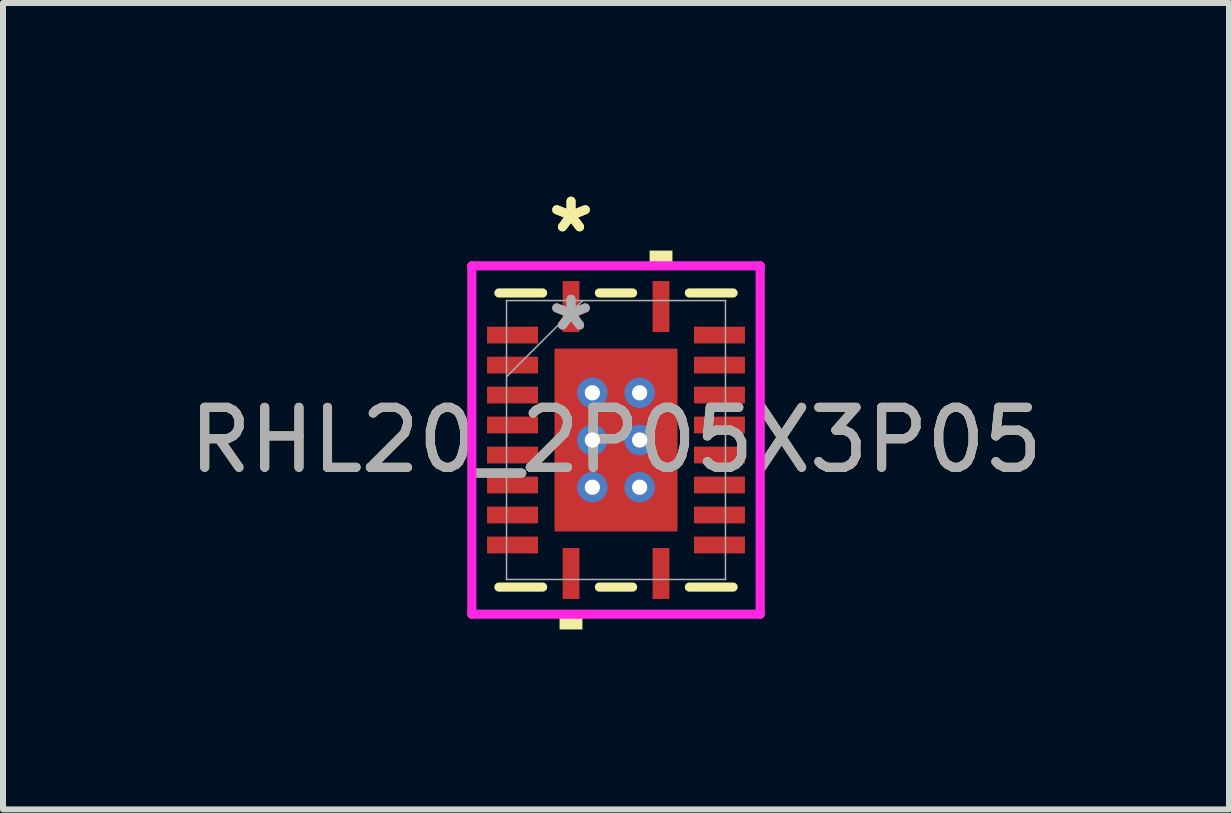
<source format=kicad_pcb>
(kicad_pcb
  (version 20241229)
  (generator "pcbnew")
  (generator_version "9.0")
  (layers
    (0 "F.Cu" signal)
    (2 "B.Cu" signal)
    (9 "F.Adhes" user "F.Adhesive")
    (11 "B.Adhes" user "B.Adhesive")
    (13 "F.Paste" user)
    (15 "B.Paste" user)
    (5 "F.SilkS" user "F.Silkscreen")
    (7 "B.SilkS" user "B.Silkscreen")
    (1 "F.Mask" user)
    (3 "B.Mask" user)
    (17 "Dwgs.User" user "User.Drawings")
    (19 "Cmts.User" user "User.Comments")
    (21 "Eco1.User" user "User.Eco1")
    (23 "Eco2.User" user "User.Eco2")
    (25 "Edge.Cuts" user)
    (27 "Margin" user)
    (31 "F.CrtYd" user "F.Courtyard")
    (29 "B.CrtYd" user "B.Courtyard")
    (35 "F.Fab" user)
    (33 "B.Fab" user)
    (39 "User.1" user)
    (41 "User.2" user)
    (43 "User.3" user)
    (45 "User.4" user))
  (footprint "RHL20_2P05X3P05"
    (layer "F.Cu")
    (at 7.22 4.286)
    (property "Reference" "RHL20_2P05X3P05" (at 0 0 0) (unlocked yes) (layer "F.SilkS") (effects (font (size 1 1) (thickness 0.15))))
    (attr smd)
    (fp_poly (pts (xy -2.22 -1.96) (xy -2.22 -1.54) (xy -1.23 -1.54) (xy -1.23 -1.96)) (stroke (width 0) (type solid)) (fill yes) (layer "F.Mask"))
    (fp_poly (pts (xy -2.22 -1.46) (xy -2.22 -1.04) (xy -1.23 -1.04) (xy -1.23 -1.46)) (stroke (width 0) (type solid)) (fill yes) (layer "F.Mask"))
    (fp_poly (pts (xy -2.22 -0.96) (xy -2.22 -0.54) (xy -1.23 -0.54) (xy -1.23 -0.96)) (stroke (width 0) (type solid)) (fill yes) (layer "F.Mask"))
    (fp_poly (pts (xy -2.22 -0.46) (xy -2.22 -0.04) (xy -1.23 -0.04) (xy -1.23 -0.46)) (stroke (width 0) (type solid)) (fill yes) (layer "F.Mask"))
    (fp_poly (pts (xy -2.22 0.04) (xy -2.22 0.46) (xy -1.23 0.46) (xy -1.23 0.04)) (stroke (width 0) (type solid)) (fill yes) (layer "F.Mask"))
    (fp_poly (pts (xy -2.22 0.54) (xy -2.22 0.96) (xy -1.23 0.96) (xy -1.23 0.54)) (stroke (width 0) (type solid)) (fill yes) (layer "F.Mask"))
    (fp_poly (pts (xy -2.22 1.04) (xy -2.22 1.46) (xy -1.23 1.46) (xy -1.23 1.04)) (stroke (width 0) (type solid)) (fill yes) (layer "F.Mask"))
    (fp_poly (pts (xy -2.22 1.54) (xy -2.22 1.96) (xy -1.23 1.96) (xy -1.23 1.54)) (stroke (width 0) (type solid)) (fill yes) (layer "F.Mask"))
    (fp_poly (pts (xy -1.089 -1.588) (xy -0.594 -1.588) (xy -0.594 1.588) (xy -1.089 1.588)) (stroke (width 0) (type solid)) (fill yes) (layer "F.Mask"))
    (fp_poly (pts (xy -1.089 -1.588) (xy 1.089 -1.588) (xy 1.089 -0.987) (xy -1.089 -0.987)) (stroke (width 0) (type solid)) (fill yes) (layer "F.Mask"))
    (fp_poly (pts (xy -1.089 -0.587) (xy 1.089 -0.587) (xy 1.089 -0.2) (xy -1.089 -0.2)) (stroke (width 0) (type solid)) (fill yes) (layer "F.Mask"))
    (fp_poly (pts (xy -1.089 0.2) (xy 1.089 0.2) (xy 1.089 0.587) (xy -1.089 0.587)) (stroke (width 0) (type solid)) (fill yes) (layer "F.Mask"))
    (fp_poly (pts (xy -1.089 0.987) (xy 1.089 0.987) (xy 1.089 1.588) (xy -1.089 1.588)) (stroke (width 0) (type solid)) (fill yes) (layer "F.Mask"))
    (fp_poly (pts (xy -0.96 -2.72) (xy -0.96 -1.73) (xy -0.54 -1.73) (xy -0.54 -2.72)) (stroke (width 0) (type solid)) (fill yes) (layer "F.Mask"))
    (fp_poly (pts (xy -0.96 1.73) (xy -0.96 2.72) (xy -0.54 2.72) (xy -0.54 1.73)) (stroke (width 0) (type solid)) (fill yes) (layer "F.Mask"))
    (fp_poly (pts (xy 0.194 -1.588) (xy -0.194 -1.588) (xy -0.194 1.588) (xy 0.194 1.588)) (stroke (width 0) (type solid)) (fill yes) (layer "F.Mask"))
    (fp_poly (pts (xy 0.54 -2.72) (xy 0.54 -1.73) (xy 0.96 -1.73) (xy 0.96 -2.72)) (stroke (width 0) (type solid)) (fill yes) (layer "F.Mask"))
    (fp_poly (pts (xy 0.54 1.73) (xy 0.54 2.72) (xy 0.96 2.72) (xy 0.96 1.73)) (stroke (width 0) (type solid)) (fill yes) (layer "F.Mask"))
    (fp_poly (pts (xy 0.594 -1.588) (xy 1.089 -1.588) (xy 1.089 1.588) (xy 0.594 1.588)) (stroke (width 0) (type solid)) (fill yes) (layer "F.Mask"))
    (fp_poly (pts (xy 1.23 -1.96) (xy 1.23 -1.54) (xy 2.22 -1.54) (xy 2.22 -1.96)) (stroke (width 0) (type solid)) (fill yes) (layer "F.Mask"))
    (fp_poly (pts (xy 1.23 -1.46) (xy 1.23 -1.04) (xy 2.22 -1.04) (xy 2.22 -1.46)) (stroke (width 0) (type solid)) (fill yes) (layer "F.Mask"))
    (fp_poly (pts (xy 1.23 -0.96) (xy 1.23 -0.54) (xy 2.22 -0.54) (xy 2.22 -0.96)) (stroke (width 0) (type solid)) (fill yes) (layer "F.Mask"))
    (fp_poly (pts (xy 1.23 -0.46) (xy 1.23 -0.04) (xy 2.22 -0.04) (xy 2.22 -0.46)) (stroke (width 0) (type solid)) (fill yes) (layer "F.Mask"))
    (fp_poly (pts (xy 1.23 0.04) (xy 1.23 0.46) (xy 2.22 0.46) (xy 2.22 0.04)) (stroke (width 0) (type solid)) (fill yes) (layer "F.Mask"))
    (fp_poly (pts (xy 1.23 0.54) (xy 1.23 0.96) (xy 2.22 0.96) (xy 2.22 0.54)) (stroke (width 0) (type solid)) (fill yes) (layer "F.Mask"))
    (fp_poly (pts (xy 1.23 1.04) (xy 1.23 1.46) (xy 2.22 1.46) (xy 2.22 1.04)) (stroke (width 0) (type solid)) (fill yes) (layer "F.Mask"))
    (fp_poly (pts (xy 1.23 1.54) (xy 1.23 1.96) (xy 2.22 1.96) (xy 2.22 1.54)) (stroke (width 0) (type solid)) (fill yes) (layer "F.Mask"))
    (fp_poly (pts (xy 0.375 -1.525) (xy 0.375 -2.65) (xy 0.16 -2.65) (xy 0.16 -1.925) (xy -0.16 -1.925) (xy -0.16 -2.65) (xy -0.375 -2.65) (xy -0.375 -1.525)) (stroke (width 0) (type solid)) (fill yes) (layer "F.Mask"))
    (fp_poly (pts (xy 0.375 -1.525) (xy 0.375 -2.65) (xy 0.16 -2.65) (xy 0.16 -1.925) (xy -0.16 -1.925) (xy -0.16 -2.65) (xy -0.375 -2.65) (xy -0.375 -1.525)) (stroke (width 0) (type solid)) (fill yes) (layer "F.Mask"))
    (fp_poly (pts (xy 0.375 1.525) (xy 0.375 2.65) (xy 0.16 2.65) (xy 0.16 1.925) (xy -0.16 1.925) (xy -0.16 2.65) (xy -0.375 2.65) (xy -0.375 1.525)) (stroke (width 0) (type solid)) (fill yes) (layer "F.Mask"))
    (fp_poly (pts (xy 0.375 1.525) (xy 0.375 2.65) (xy 0.16 2.65) (xy 0.16 1.925) (xy -0.16 1.925) (xy -0.16 2.65) (xy -0.375 2.65) (xy -0.375 1.525)) (stroke (width 0) (type solid)) (fill yes) (layer "F.Mask"))
    (fp_line (start -1.952 2.452) (end -1.223 2.452) (stroke (width 0.152) (type solid)) (layer "F.SilkS"))
    (fp_line (start -1.223 -2.452) (end -1.952 -2.452) (stroke (width 0.152) (type solid)) (layer "F.SilkS"))
    (fp_line (start -0.277 2.452) (end 0.277 2.452) (stroke (width 0.152) (type solid)) (layer "F.SilkS"))
    (fp_line (start 0.277 -2.452) (end -0.277 -2.452) (stroke (width 0.152) (type solid)) (layer "F.SilkS"))
    (fp_line (start 1.223 2.452) (end 1.952 2.452) (stroke (width 0.152) (type solid)) (layer "F.SilkS"))
    (fp_line (start 1.952 -2.452) (end 1.223 -2.452) (stroke (width 0.152) (type solid)) (layer "F.SilkS"))
    (fp_poly (pts (xy -0.941 2.904) (xy -0.941 3.158) (xy -0.56 3.158) (xy -0.56 2.904)) (stroke (width 0) (type solid)) (fill yes) (layer "F.SilkS"))
    (fp_poly (pts (xy 0.56 -2.904) (xy 0.56 -3.158) (xy 0.941 -3.158) (xy 0.941 -2.904)) (stroke (width 0) (type solid)) (fill yes) (layer "F.SilkS"))
    (fp_poly (pts (xy -2.125 -1.865) (xy -2.125 -1.635) (xy -1.325 -1.635) (xy -1.325 -1.865)) (stroke (width 0) (type solid)) (fill yes) (layer "F.Paste"))
    (fp_poly (pts (xy -2.125 -1.365) (xy -2.125 -1.135) (xy -1.325 -1.135) (xy -1.325 -1.365)) (stroke (width 0) (type solid)) (fill yes) (layer "F.Paste"))
    (fp_poly (pts (xy -2.125 -0.865) (xy -2.125 -0.635) (xy -1.325 -0.635) (xy -1.325 -0.865)) (stroke (width 0) (type solid)) (fill yes) (layer "F.Paste"))
    (fp_poly (pts (xy -2.125 -0.365) (xy -2.125 -0.135) (xy -1.325 -0.135) (xy -1.325 -0.365)) (stroke (width 0) (type solid)) (fill yes) (layer "F.Paste"))
    (fp_poly (pts (xy -2.125 0.135) (xy -2.125 0.365) (xy -1.325 0.365) (xy -1.325 0.135)) (stroke (width 0) (type solid)) (fill yes) (layer "F.Paste"))
    (fp_poly (pts (xy -2.125 0.635) (xy -2.125 0.865) (xy -1.325 0.865) (xy -1.325 0.635)) (stroke (width 0) (type solid)) (fill yes) (layer "F.Paste"))
    (fp_poly (pts (xy -2.125 1.135) (xy -2.125 1.365) (xy -1.325 1.365) (xy -1.325 1.135)) (stroke (width 0) (type solid)) (fill yes) (layer "F.Paste"))
    (fp_poly (pts (xy -2.125 1.635) (xy -2.125 1.865) (xy -1.325 1.865) (xy -1.325 1.635)) (stroke (width 0) (type solid)) (fill yes) (layer "F.Paste"))
    (fp_poly (pts (xy -0.865 -2.625) (xy -0.865 -1.825) (xy -0.635 -1.825) (xy -0.635 -2.625)) (stroke (width 0) (type solid)) (fill yes) (layer "F.Paste"))
    (fp_poly (pts (xy -0.865 1.825) (xy -0.865 2.625) (xy -0.635 2.625) (xy -0.635 1.825)) (stroke (width 0) (type solid)) (fill yes) (layer "F.Paste"))
    (fp_poly (pts (xy -0.16 -1.925) (xy -0.16 -2.65) (xy -0.375 -2.65) (xy -0.375 -1.925)) (stroke (width 0) (type solid)) (fill yes) (layer "F.Paste"))
    (fp_poly (pts (xy -0.16 1.925) (xy -0.16 2.65) (xy -0.375 2.65) (xy -0.375 1.925)) (stroke (width 0) (type solid)) (fill yes) (layer "F.Paste"))
    (fp_poly (pts (xy 0.375 -1.925) (xy 0.375 -2.65) (xy 0.16 -2.65) (xy 0.16 -1.925)) (stroke (width 0) (type solid)) (fill yes) (layer "F.Paste"))
    (fp_poly (pts (xy 0.375 1.925) (xy 0.375 2.65) (xy 0.16 2.65) (xy 0.16 1.925)) (stroke (width 0) (type solid)) (fill yes) (layer "F.Paste"))
    (fp_poly (pts (xy 0.635 -2.625) (xy 0.635 -1.825) (xy 0.865 -1.825) (xy 0.865 -2.625)) (stroke (width 0) (type solid)) (fill yes) (layer "F.Paste"))
    (fp_poly (pts (xy 0.635 1.825) (xy 0.635 2.625) (xy 0.865 2.625) (xy 0.865 1.825)) (stroke (width 0) (type solid)) (fill yes) (layer "F.Paste"))
    (fp_poly (pts (xy 1.325 -1.865) (xy 1.325 -1.635) (xy 2.125 -1.635) (xy 2.125 -1.865)) (stroke (width 0) (type solid)) (fill yes) (layer "F.Paste"))
    (fp_poly (pts (xy 1.325 -1.365) (xy 1.325 -1.135) (xy 2.125 -1.135) (xy 2.125 -1.365)) (stroke (width 0) (type solid)) (fill yes) (layer "F.Paste"))
    (fp_poly (pts (xy 1.325 -0.865) (xy 1.325 -0.635) (xy 2.125 -0.635) (xy 2.125 -0.865)) (stroke (width 0) (type solid)) (fill yes) (layer "F.Paste"))
    (fp_poly (pts (xy 1.325 -0.365) (xy 1.325 -0.135) (xy 2.125 -0.135) (xy 2.125 -0.365)) (stroke (width 0) (type solid)) (fill yes) (layer "F.Paste"))
    (fp_poly (pts (xy 1.325 0.135) (xy 1.325 0.365) (xy 2.125 0.365) (xy 2.125 0.135)) (stroke (width 0) (type solid)) (fill yes) (layer "F.Paste"))
    (fp_poly (pts (xy 1.325 0.635) (xy 1.325 0.865) (xy 2.125 0.865) (xy 2.125 0.635)) (stroke (width 0) (type solid)) (fill yes) (layer "F.Paste"))
    (fp_poly (pts (xy 1.325 1.135) (xy 1.325 1.365) (xy 2.125 1.365) (xy 2.125 1.135)) (stroke (width 0) (type solid)) (fill yes) (layer "F.Paste"))
    (fp_poly (pts (xy 1.325 1.635) (xy 1.325 1.865) (xy 2.125 1.865) (xy 2.125 1.635)) (stroke (width 0) (type solid)) (fill yes) (layer "F.Paste"))
    (fp_poly (pts (xy -0.95 -1.45) (xy -0.95 -0.887) (xy -0.635 -0.887) (xy -0.494 -1.029) (xy -0.494 -1.45)) (stroke (width 0) (type solid)) (fill yes) (layer "F.Paste"))
    (fp_poly (pts (xy -0.95 0.887) (xy -0.95 1.45) (xy -0.494 1.45) (xy -0.494 1.029) (xy -0.635 0.887)) (stroke (width 0) (type solid)) (fill yes) (layer "F.Paste"))
    (fp_poly (pts (xy 0.494 -1.45) (xy 0.494 -1.029) (xy 0.635 -0.887) (xy 0.95 -0.887) (xy 0.95 -1.45)) (stroke (width 0) (type solid)) (fill yes) (layer "F.Paste"))
    (fp_poly (pts (xy 0.635 0.887) (xy 0.494 1.029) (xy 0.494 1.45) (xy 0.95 1.45) (xy 0.95 0.887)) (stroke (width 0) (type solid)) (fill yes) (layer "F.Paste"))
    (fp_poly (pts (xy -0.95 -0.687) (xy -0.95 -0.1) (xy -0.635 -0.1) (xy -0.494 -0.241) (xy -0.494 -0.546) (xy -0.635 -0.687)) (stroke (width 0) (type solid)) (fill yes) (layer "F.Paste"))
    (fp_poly (pts (xy -0.95 0.1) (xy -0.95 0.687) (xy -0.635 0.687) (xy -0.494 0.546) (xy -0.494 0.241) (xy -0.635 0.1)) (stroke (width 0) (type solid)) (fill yes) (layer "F.Paste"))
    (fp_poly (pts (xy -0.294 -1.45) (xy -0.294 -1.029) (xy -0.152 -0.887) (xy 0.152 -0.887) (xy 0.294 -1.029) (xy 0.294 -1.45)) (stroke (width 0) (type solid)) (fill yes) (layer "F.Paste"))
    (fp_poly (pts (xy -0.152 0.887) (xy -0.294 1.029) (xy -0.294 1.45) (xy 0.294 1.45) (xy 0.294 1.029) (xy 0.152 0.887)) (stroke (width 0) (type solid)) (fill yes) (layer "F.Paste"))
    (fp_poly (pts (xy 0.635 -0.687) (xy 0.494 -0.546) (xy 0.494 -0.241) (xy 0.635 -0.1) (xy 0.95 -0.1) (xy 0.95 -0.687)) (stroke (width 0) (type solid)) (fill yes) (layer "F.Paste"))
    (fp_poly (pts (xy 0.635 0.1) (xy 0.494 0.241) (xy 0.494 0.546) (xy 0.635 0.687) (xy 0.95 0.687) (xy 0.95 0.1)) (stroke (width 0) (type solid)) (fill yes) (layer "F.Paste"))
    (fp_poly (pts (xy -0.152 -0.687) (xy -0.294 -0.546) (xy -0.294 -0.241) (xy -0.152 -0.1) (xy 0.152 -0.1) (xy 0.294 -0.241) (xy 0.294 -0.546) (xy 0.152 -0.687)) (stroke (width 0) (type solid)) (fill yes) (layer "F.Paste"))
    (fp_poly (pts (xy -0.152 0.1) (xy -0.294 0.241) (xy -0.294 0.546) (xy -0.152 0.687) (xy 0.152 0.687) (xy 0.294 0.546) (xy 0.294 0.241) (xy 0.152 0.1)) (stroke (width 0) (type solid)) (fill yes) (layer "F.Paste"))
    (fp_line (start -2.404 -2.904) (end 2.404 -2.904) (stroke (width 0.152) (type solid)) (layer "F.CrtYd"))
    (fp_line (start -2.404 2.904) (end -2.404 -2.904) (stroke (width 0.152) (type solid)) (layer "F.CrtYd"))
    (fp_line (start 2.404 -2.904) (end 2.404 2.904) (stroke (width 0.152) (type solid)) (layer "F.CrtYd"))
    (fp_line (start 2.404 2.904) (end -2.404 2.904) (stroke (width 0.152) (type solid)) (layer "F.CrtYd"))
    (fp_line (start -1.825 -2.325) (end -1.825 2.325) (stroke (width 0.025) (type solid)) (layer "F.Fab"))
    (fp_line (start -1.825 -1.055) (end -0.555 -2.325) (stroke (width 0.025) (type solid)) (layer "F.Fab"))
    (fp_line (start -1.825 2.325) (end 1.825 2.325) (stroke (width 0.025) (type solid)) (layer "F.Fab"))
    (fp_line (start 1.825 -2.325) (end -1.825 -2.325) (stroke (width 0.025) (type solid)) (layer "F.Fab"))
    (fp_line (start 1.825 2.325) (end 1.825 -2.325) (stroke (width 0.025) (type solid)) (layer "F.Fab"))
    (fp_text user "*" (at -0.75 -3.437 0) (layer "F.SilkS") (effects (font (size 1 1) (thickness 0.15))))
    (fp_text user "*" (at -0.75 -3.437 0) (unlocked yes) (layer "F.SilkS") (effects (font (size 1 1) (thickness 0.15))))
    (fp_text user "*" (at -0.75 -1.8 0) (unlocked yes) (layer "F.Fab") (effects (font (size 1 1) (thickness 0.15))))
    (fp_text user "${REFERENCE}" (at 0 0 0) (unlocked yes) (layer "F.Fab") (effects (font (size 1 1) (thickness 0.15))))
    (fp_text user "*" (at -0.75 -1.8 0) (layer "F.Fab") (effects (font (size 1 1) (thickness 0.15))))
    (pad "1" smd rect (at -0.75 -2.225) (size 0.28 0.85) (layers "F.Cu" "F.Mask"))
    (pad "2" smd rect (at -1.725 -1.75 90) (size 0.28 0.85) (layers "F.Cu" "F.Mask"))
    (pad "3" smd rect (at -1.725 -1.25 90) (size 0.28 0.85) (layers "F.Cu" "F.Mask"))
    (pad "4" smd rect (at -1.725 -0.75 90) (size 0.28 0.85) (layers "F.Cu" "F.Mask"))
    (pad "5" smd rect (at -1.725 -0.25 90) (size 0.28 0.85) (layers "F.Cu" "F.Mask"))
    (pad "6" smd rect (at -1.725 0.25 90) (size 0.28 0.85) (layers "F.Cu" "F.Mask"))
    (pad "7" smd rect (at -1.725 0.75 90) (size 0.28 0.85) (layers "F.Cu" "F.Mask"))
    (pad "8" smd rect (at -1.725 1.25 90) (size 0.28 0.85) (layers "F.Cu" "F.Mask"))
    (pad "9" smd rect (at -1.725 1.75 90) (size 0.28 0.85) (layers "F.Cu" "F.Mask"))
    (pad "10" smd rect (at -0.75 2.225) (size 0.28 0.85) (layers "F.Cu" "F.Mask"))
    (pad "11" smd rect (at 0.75 2.225) (size 0.28 0.85) (layers "F.Cu" "F.Mask"))
    (pad "12" smd rect (at 1.725 1.75 90) (size 0.28 0.85) (layers "F.Cu" "F.Mask"))
    (pad "13" smd rect (at 1.725 1.25 90) (size 0.28 0.85) (layers "F.Cu" "F.Mask"))
    (pad "14" smd rect (at 1.725 0.75 90) (size 0.28 0.85) (layers "F.Cu" "F.Mask"))
    (pad "15" smd rect (at 1.725 0.25 90) (size 0.28 0.85) (layers "F.Cu" "F.Mask"))
    (pad "16" smd rect (at 1.725 -0.25 90) (size 0.28 0.85) (layers "F.Cu" "F.Mask"))
    (pad "17" smd rect (at 1.725 -0.75 90) (size 0.28 0.85) (layers "F.Cu" "F.Mask"))
    (pad "18" smd rect (at 1.725 -1.25 90) (size 0.28 0.85) (layers "F.Cu" "F.Mask"))
    (pad "19" smd rect (at 1.725 -1.75 90) (size 0.28 0.85) (layers "F.Cu" "F.Mask"))
    (pad "20" smd rect (at 0.75 -2.225) (size 0.28 0.85) (layers "F.Cu" "F.Mask"))
    (pad "21" smd rect (at 0 0) (size 2.05 3.05) (layers "F.Cu"))
    (pad "V" thru_hole circle (at -0.394 -0.787) (size 0.508 0.508) (drill 0.254) (layers "*.Cu" "*.Mask"))
    (pad "V" thru_hole circle (at -0.394 0) (size 0.508 0.508) (drill 0.254) (layers "*.Cu" "*.Mask"))
    (pad "V" thru_hole circle (at -0.394 0.787) (size 0.508 0.508) (drill 0.254) (layers "*.Cu" "*.Mask"))
    (pad "V" thru_hole circle (at 0.394 -0.787) (size 0.508 0.508) (drill 0.254) (layers "*.Cu" "*.Mask"))
    (pad "V" thru_hole circle (at 0.394 0) (size 0.508 0.508) (drill 0.254) (layers "*.Cu" "*.Mask"))
    (pad "V" thru_hole circle (at 0.394 0.787) (size 0.508 0.508) (drill 0.254) (layers "*.Cu" "*.Mask")))
  (gr_rect
    (start -3 -3)
    (end 17.44 10.444)
    (stroke (width 0.1) (type default))
    (fill no)
    (layer "Edge.Cuts")))
</source>
